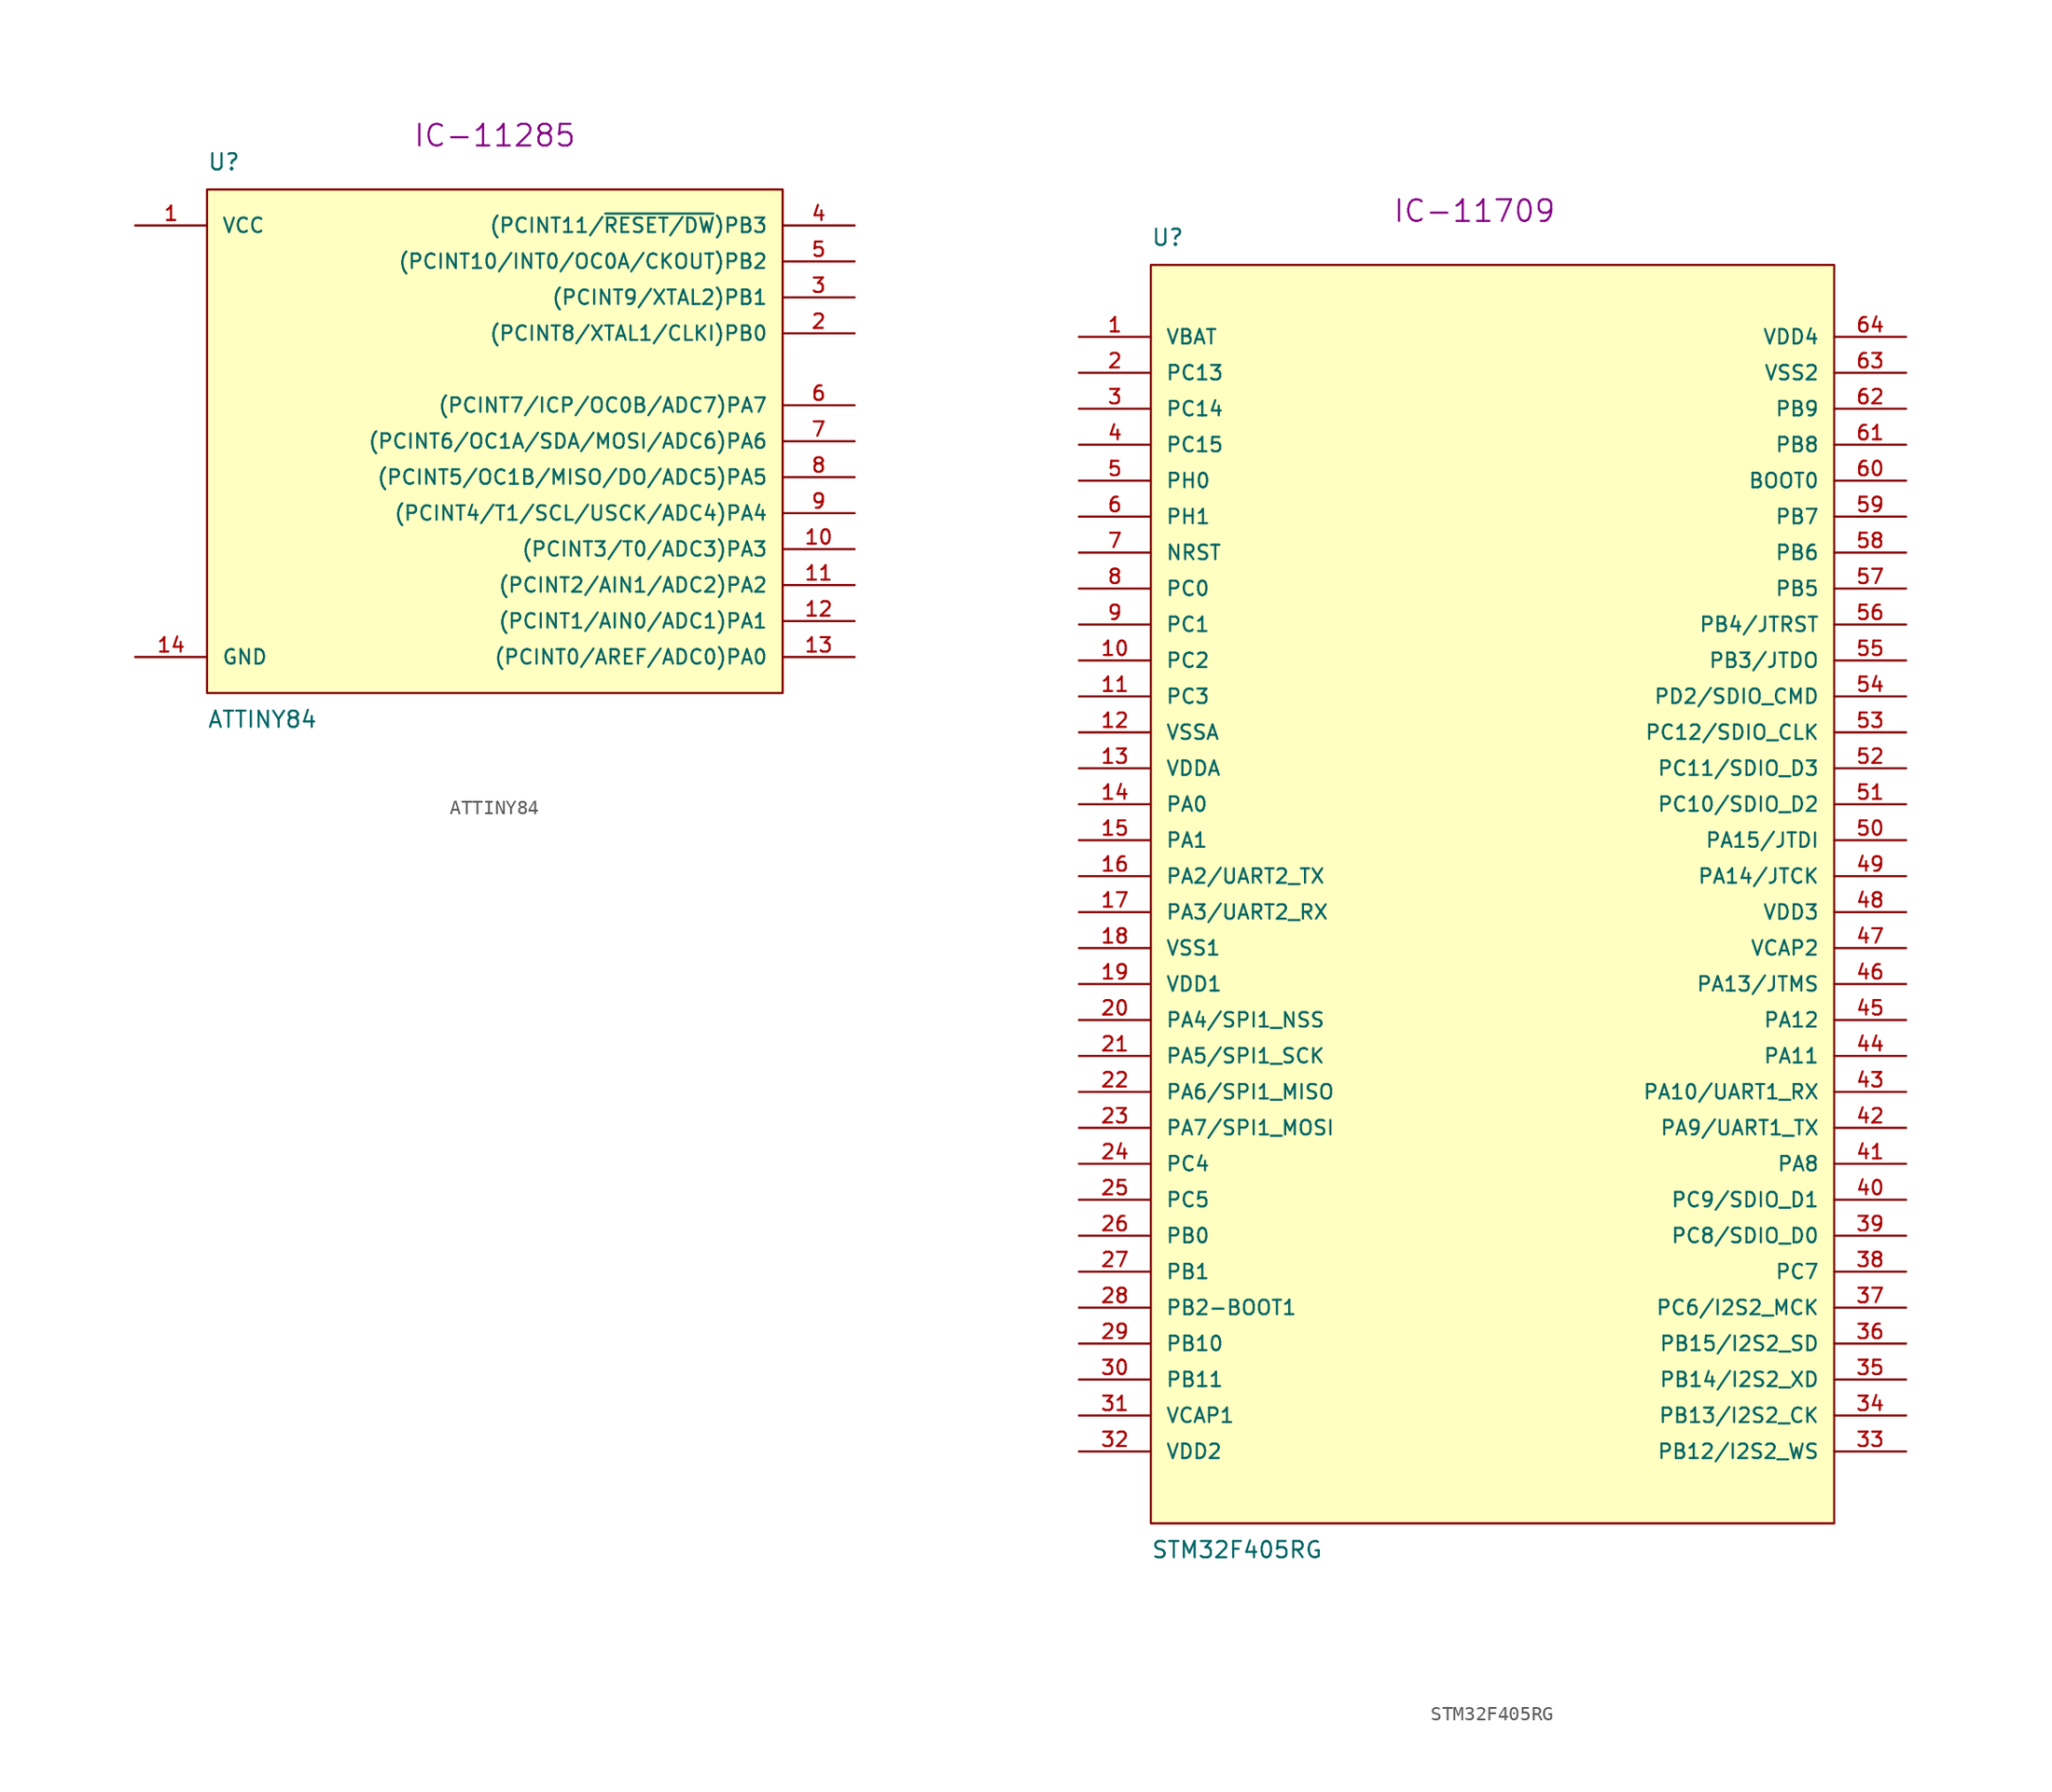
<source format=kicad_sym>
(kicad_symbol_lib
  (version 20220914)
  (generator kicad_symbol_editor)
  (symbol "ATTINY84"
    (pin_names
      (offset 1.016))
    (property "Reference" "U"
      (at -20.32 19.05 0)
      (effects (font (size 1.143 1.143)) (justify left bottom)))
    (property "Value" "ATTINY84"
      (at -20.32 -20.32 0)
      (effects (font (size 1.143 1.143)) (justify left bottom)))
    (property "Field4" "IC-11285"
      (at 0 21.59 0)
      (effects (font (size 1.524 1.524))))
    (property "ki_locked" ""
      (at 0 0 0)
      (effects (font (size 1.27 1.27))))
    (symbol "ATTINY84_1_1"
      (polyline (pts (xy -20.32 17.78) (xy 20.32 17.78) (xy 20.32 -17.78) (xy -20.32 -17.78) (xy -20.32 17.78)) (stroke (width 0) (type solid)) (fill (type background)))
      (pin bidirectional line (at -25.4 15.24 0) (length 5.08) (name "VCC" (effects (font (size 1.016 1.016)))) (number "1" (effects (font (size 1.016 1.016)))))
      (pin bidirectional line (at 25.4 -7.62 180) (length 5.08) (name "(PCINT3/T0/ADC3)PA3" (effects (font (size 1.016 1.016)))) (number "10" (effects (font (size 1.016 1.016)))))
      (pin bidirectional line (at 25.4 -10.16 180) (length 5.08) (name "(PCINT2/AIN1/ADC2)PA2" (effects (font (size 1.016 1.016)))) (number "11" (effects (font (size 1.016 1.016)))))
      (pin bidirectional line (at 25.4 -12.7 180) (length 5.08) (name "(PCINT1/AIN0/ADC1)PA1" (effects (font (size 1.016 1.016)))) (number "12" (effects (font (size 1.016 1.016)))))
      (pin bidirectional line (at 25.4 -15.24 180) (length 5.08) (name "(PCINT0/AREF/ADC0)PA0" (effects (font (size 1.016 1.016)))) (number "13" (effects (font (size 1.016 1.016)))))
      (pin bidirectional line (at -25.4 -15.24 0) (length 5.08) (name "GND" (effects (font (size 1.016 1.016)))) (number "14" (effects (font (size 1.016 1.016)))))
      (pin bidirectional line (at 25.4 7.62 180) (length 5.08) (name "(PCINT8/XTAL1/CLKI)PB0" (effects (font (size 1.016 1.016)))) (number "2" (effects (font (size 1.016 1.016)))))
      (pin bidirectional line (at 25.4 10.16 180) (length 5.08) (name "(PCINT9/XTAL2)PB1" (effects (font (size 1.016 1.016)))) (number "3" (effects (font (size 1.016 1.016)))))
      (pin bidirectional line (at 25.4 15.24 180) (length 5.08) (name "(PCINT11/~{RESET/DW})PB3" (effects (font (size 1.016 1.016)))) (number "4" (effects (font (size 1.016 1.016)))))
      (pin bidirectional line (at 25.4 12.7 180) (length 5.08) (name "(PCINT10/INT0/OC0A/CKOUT)PB2" (effects (font (size 1.016 1.016)))) (number "5" (effects (font (size 1.016 1.016)))))
      (pin bidirectional line (at 25.4 2.54 180) (length 5.08) (name "(PCINT7/ICP/OC0B/ADC7)PA7" (effects (font (size 1.016 1.016)))) (number "6" (effects (font (size 1.016 1.016)))))
      (pin bidirectional line (at 25.4 0 180) (length 5.08) (name "(PCINT6/OC1A/SDA/MOSI/ADC6)PA6" (effects (font (size 1.016 1.016)))) (number "7" (effects (font (size 1.016 1.016)))))
      (pin bidirectional line (at 25.4 -2.54 180) (length 5.08) (name "(PCINT5/OC1B/MISO/DO/ADC5)PA5" (effects (font (size 1.016 1.016)))) (number "8" (effects (font (size 1.016 1.016)))))
      (pin bidirectional line (at 25.4 -5.08 180) (length 5.08) (name "(PCINT4/T1/SCL/USCK/ADC4)PA4" (effects (font (size 1.016 1.016)))) (number "9" (effects (font (size 1.016 1.016)))))))
  (symbol "STM32F405RG"
    (pin_names
      (offset 1.016))
    (property "Reference" "U"
      (at -22.86 46.99 0)
      (effects (font (size 1.143 1.143)) (justify left bottom)))
    (property "Value" "STM32F405RG"
      (at -22.86 -45.72 0)
      (effects (font (size 1.143 1.143)) (justify left bottom)))
    (property "Field4" "IC-11709"
      (at 0 49.53 0)
      (effects (font (size 1.524 1.524))))
    (property "ki_locked" ""
      (at 0 0 0)
      (effects (font (size 1.27 1.27))))
    (symbol "STM32F405RG_1_1"
      (polyline (pts (xy -22.86 45.72) (xy 25.4 45.72) (xy 25.4 -43.18) (xy -22.86 -43.18) (xy -22.86 45.72)) (stroke (width 0) (type solid)) (fill (type background)))
      (pin bidirectional line (at -27.94 40.64 0) (length 5.08) (name "VBAT" (effects (font (size 1.016 1.016)))) (number "1" (effects (font (size 1.016 1.016)))))
      (pin bidirectional line (at -27.94 17.78 0) (length 5.08) (name "PC2" (effects (font (size 1.016 1.016)))) (number "10" (effects (font (size 1.016 1.016)))))
      (pin bidirectional line (at -27.94 15.24 0) (length 5.08) (name "PC3" (effects (font (size 1.016 1.016)))) (number "11" (effects (font (size 1.016 1.016)))))
      (pin bidirectional line (at -27.94 12.7 0) (length 5.08) (name "VSSA" (effects (font (size 1.016 1.016)))) (number "12" (effects (font (size 1.016 1.016)))))
      (pin bidirectional line (at -27.94 10.16 0) (length 5.08) (name "VDDA" (effects (font (size 1.016 1.016)))) (number "13" (effects (font (size 1.016 1.016)))))
      (pin bidirectional line (at -27.94 7.62 0) (length 5.08) (name "PA0" (effects (font (size 1.016 1.016)))) (number "14" (effects (font (size 1.016 1.016)))))
      (pin bidirectional line (at -27.94 5.08 0) (length 5.08) (name "PA1" (effects (font (size 1.016 1.016)))) (number "15" (effects (font (size 1.016 1.016)))))
      (pin bidirectional line (at -27.94 2.54 0) (length 5.08) (name "PA2/UART2_TX" (effects (font (size 1.016 1.016)))) (number "16" (effects (font (size 1.016 1.016)))))
      (pin bidirectional line (at -27.94 0 0) (length 5.08) (name "PA3/UART2_RX" (effects (font (size 1.016 1.016)))) (number "17" (effects (font (size 1.016 1.016)))))
      (pin bidirectional line (at -27.94 -2.54 0) (length 5.08) (name "VSS1" (effects (font (size 1.016 1.016)))) (number "18" (effects (font (size 1.016 1.016)))))
      (pin bidirectional line (at -27.94 -5.08 0) (length 5.08) (name "VDD1" (effects (font (size 1.016 1.016)))) (number "19" (effects (font (size 1.016 1.016)))))
      (pin bidirectional line (at -27.94 38.1 0) (length 5.08) (name "PC13" (effects (font (size 1.016 1.016)))) (number "2" (effects (font (size 1.016 1.016)))))
      (pin bidirectional line (at -27.94 -7.62 0) (length 5.08) (name "PA4/SPI1_NSS" (effects (font (size 1.016 1.016)))) (number "20" (effects (font (size 1.016 1.016)))))
      (pin bidirectional line (at -27.94 -10.16 0) (length 5.08) (name "PA5/SPI1_SCK" (effects (font (size 1.016 1.016)))) (number "21" (effects (font (size 1.016 1.016)))))
      (pin bidirectional line (at -27.94 -12.7 0) (length 5.08) (name "PA6/SPI1_MISO" (effects (font (size 1.016 1.016)))) (number "22" (effects (font (size 1.016 1.016)))))
      (pin bidirectional line (at -27.94 -15.24 0) (length 5.08) (name "PA7/SPI1_MOSI" (effects (font (size 1.016 1.016)))) (number "23" (effects (font (size 1.016 1.016)))))
      (pin bidirectional line (at -27.94 -17.78 0) (length 5.08) (name "PC4" (effects (font (size 1.016 1.016)))) (number "24" (effects (font (size 1.016 1.016)))))
      (pin bidirectional line (at -27.94 -20.32 0) (length 5.08) (name "PC5" (effects (font (size 1.016 1.016)))) (number "25" (effects (font (size 1.016 1.016)))))
      (pin bidirectional line (at -27.94 -22.86 0) (length 5.08) (name "PB0" (effects (font (size 1.016 1.016)))) (number "26" (effects (font (size 1.016 1.016)))))
      (pin bidirectional line (at -27.94 -25.4 0) (length 5.08) (name "PB1" (effects (font (size 1.016 1.016)))) (number "27" (effects (font (size 1.016 1.016)))))
      (pin bidirectional line (at -27.94 -27.94 0) (length 5.08) (name "PB2-BOOT1" (effects (font (size 1.016 1.016)))) (number "28" (effects (font (size 1.016 1.016)))))
      (pin bidirectional line (at -27.94 -30.48 0) (length 5.08) (name "PB10" (effects (font (size 1.016 1.016)))) (number "29" (effects (font (size 1.016 1.016)))))
      (pin bidirectional line (at -27.94 35.56 0) (length 5.08) (name "PC14" (effects (font (size 1.016 1.016)))) (number "3" (effects (font (size 1.016 1.016)))))
      (pin bidirectional line (at -27.94 -33.02 0) (length 5.08) (name "PB11" (effects (font (size 1.016 1.016)))) (number "30" (effects (font (size 1.016 1.016)))))
      (pin bidirectional line (at -27.94 -35.56 0) (length 5.08) (name "VCAP1" (effects (font (size 1.016 1.016)))) (number "31" (effects (font (size 1.016 1.016)))))
      (pin bidirectional line (at -27.94 -38.1 0) (length 5.08) (name "VDD2" (effects (font (size 1.016 1.016)))) (number "32" (effects (font (size 1.016 1.016)))))
      (pin bidirectional line (at 30.48 -38.1 180) (length 5.08) (name "PB12/I2S2_WS" (effects (font (size 1.016 1.016)))) (number "33" (effects (font (size 1.016 1.016)))))
      (pin bidirectional line (at 30.48 -35.56 180) (length 5.08) (name "PB13/I2S2_CK" (effects (font (size 1.016 1.016)))) (number "34" (effects (font (size 1.016 1.016)))))
      (pin bidirectional line (at 30.48 -33.02 180) (length 5.08) (name "PB14/I2S2_XD" (effects (font (size 1.016 1.016)))) (number "35" (effects (font (size 1.016 1.016)))))
      (pin bidirectional line (at 30.48 -30.48 180) (length 5.08) (name "PB15/I2S2_SD" (effects (font (size 1.016 1.016)))) (number "36" (effects (font (size 1.016 1.016)))))
      (pin bidirectional line (at 30.48 -27.94 180) (length 5.08) (name "PC6/I2S2_MCK" (effects (font (size 1.016 1.016)))) (number "37" (effects (font (size 1.016 1.016)))))
      (pin bidirectional line (at 30.48 -25.4 180) (length 5.08) (name "PC7" (effects (font (size 1.016 1.016)))) (number "38" (effects (font (size 1.016 1.016)))))
      (pin bidirectional line (at 30.48 -22.86 180) (length 5.08) (name "PC8/SDIO_D0" (effects (font (size 1.016 1.016)))) (number "39" (effects (font (size 1.016 1.016)))))
      (pin bidirectional line (at -27.94 33.02 0) (length 5.08) (name "PC15" (effects (font (size 1.016 1.016)))) (number "4" (effects (font (size 1.016 1.016)))))
      (pin bidirectional line (at 30.48 -20.32 180) (length 5.08) (name "PC9/SDIO_D1" (effects (font (size 1.016 1.016)))) (number "40" (effects (font (size 1.016 1.016)))))
      (pin bidirectional line (at 30.48 -17.78 180) (length 5.08) (name "PA8" (effects (font (size 1.016 1.016)))) (number "41" (effects (font (size 1.016 1.016)))))
      (pin bidirectional line (at 30.48 -15.24 180) (length 5.08) (name "PA9/UART1_TX" (effects (font (size 1.016 1.016)))) (number "42" (effects (font (size 1.016 1.016)))))
      (pin bidirectional line (at 30.48 -12.7 180) (length 5.08) (name "PA10/UART1_RX" (effects (font (size 1.016 1.016)))) (number "43" (effects (font (size 1.016 1.016)))))
      (pin bidirectional line (at 30.48 -10.16 180) (length 5.08) (name "PA11" (effects (font (size 1.016 1.016)))) (number "44" (effects (font (size 1.016 1.016)))))
      (pin bidirectional line (at 30.48 -7.62 180) (length 5.08) (name "PA12" (effects (font (size 1.016 1.016)))) (number "45" (effects (font (size 1.016 1.016)))))
      (pin bidirectional line (at 30.48 -5.08 180) (length 5.08) (name "PA13/JTMS" (effects (font (size 1.016 1.016)))) (number "46" (effects (font (size 1.016 1.016)))))
      (pin bidirectional line (at 30.48 -2.54 180) (length 5.08) (name "VCAP2" (effects (font (size 1.016 1.016)))) (number "47" (effects (font (size 1.016 1.016)))))
      (pin bidirectional line (at 30.48 0 180) (length 5.08) (name "VDD3" (effects (font (size 1.016 1.016)))) (number "48" (effects (font (size 1.016 1.016)))))
      (pin bidirectional line (at 30.48 2.54 180) (length 5.08) (name "PA14/JTCK" (effects (font (size 1.016 1.016)))) (number "49" (effects (font (size 1.016 1.016)))))
      (pin bidirectional line (at -27.94 30.48 0) (length 5.08) (name "PH0" (effects (font (size 1.016 1.016)))) (number "5" (effects (font (size 1.016 1.016)))))
      (pin bidirectional line (at 30.48 5.08 180) (length 5.08) (name "PA15/JTDI" (effects (font (size 1.016 1.016)))) (number "50" (effects (font (size 1.016 1.016)))))
      (pin bidirectional line (at 30.48 7.62 180) (length 5.08) (name "PC10/SDIO_D2" (effects (font (size 1.016 1.016)))) (number "51" (effects (font (size 1.016 1.016)))))
      (pin bidirectional line (at 30.48 10.16 180) (length 5.08) (name "PC11/SDIO_D3" (effects (font (size 1.016 1.016)))) (number "52" (effects (font (size 1.016 1.016)))))
      (pin bidirectional line (at 30.48 12.7 180) (length 5.08) (name "PC12/SDIO_CLK" (effects (font (size 1.016 1.016)))) (number "53" (effects (font (size 1.016 1.016)))))
      (pin bidirectional line (at 30.48 15.24 180) (length 5.08) (name "PD2/SDIO_CMD" (effects (font (size 1.016 1.016)))) (number "54" (effects (font (size 1.016 1.016)))))
      (pin bidirectional line (at 30.48 17.78 180) (length 5.08) (name "PB3/JTDO" (effects (font (size 1.016 1.016)))) (number "55" (effects (font (size 1.016 1.016)))))
      (pin bidirectional line (at 30.48 20.32 180) (length 5.08) (name "PB4/JTRST" (effects (font (size 1.016 1.016)))) (number "56" (effects (font (size 1.016 1.016)))))
      (pin bidirectional line (at 30.48 22.86 180) (length 5.08) (name "PB5" (effects (font (size 1.016 1.016)))) (number "57" (effects (font (size 1.016 1.016)))))
      (pin bidirectional line (at 30.48 25.4 180) (length 5.08) (name "PB6" (effects (font (size 1.016 1.016)))) (number "58" (effects (font (size 1.016 1.016)))))
      (pin bidirectional line (at 30.48 27.94 180) (length 5.08) (name "PB7" (effects (font (size 1.016 1.016)))) (number "59" (effects (font (size 1.016 1.016)))))
      (pin bidirectional line (at -27.94 27.94 0) (length 5.08) (name "PH1" (effects (font (size 1.016 1.016)))) (number "6" (effects (font (size 1.016 1.016)))))
      (pin bidirectional line (at 30.48 30.48 180) (length 5.08) (name "BOOT0" (effects (font (size 1.016 1.016)))) (number "60" (effects (font (size 1.016 1.016)))))
      (pin bidirectional line (at 30.48 33.02 180) (length 5.08) (name "PB8" (effects (font (size 1.016 1.016)))) (number "61" (effects (font (size 1.016 1.016)))))
      (pin bidirectional line (at 30.48 35.56 180) (length 5.08) (name "PB9" (effects (font (size 1.016 1.016)))) (number "62" (effects (font (size 1.016 1.016)))))
      (pin bidirectional line (at 30.48 38.1 180) (length 5.08) (name "VSS2" (effects (font (size 1.016 1.016)))) (number "63" (effects (font (size 1.016 1.016)))))
      (pin bidirectional line (at 30.48 40.64 180) (length 5.08) (name "VDD4" (effects (font (size 1.016 1.016)))) (number "64" (effects (font (size 1.016 1.016)))))
      (pin bidirectional line (at -27.94 25.4 0) (length 5.08) (name "NRST" (effects (font (size 1.016 1.016)))) (number "7" (effects (font (size 1.016 1.016)))))
      (pin bidirectional line (at -27.94 22.86 0) (length 5.08) (name "PC0" (effects (font (size 1.016 1.016)))) (number "8" (effects (font (size 1.016 1.016)))))
      (pin bidirectional line (at -27.94 20.32 0) (length 5.08) (name "PC1" (effects (font (size 1.016 1.016)))) (number "9" (effects (font (size 1.016 1.016))))))))
</source>
